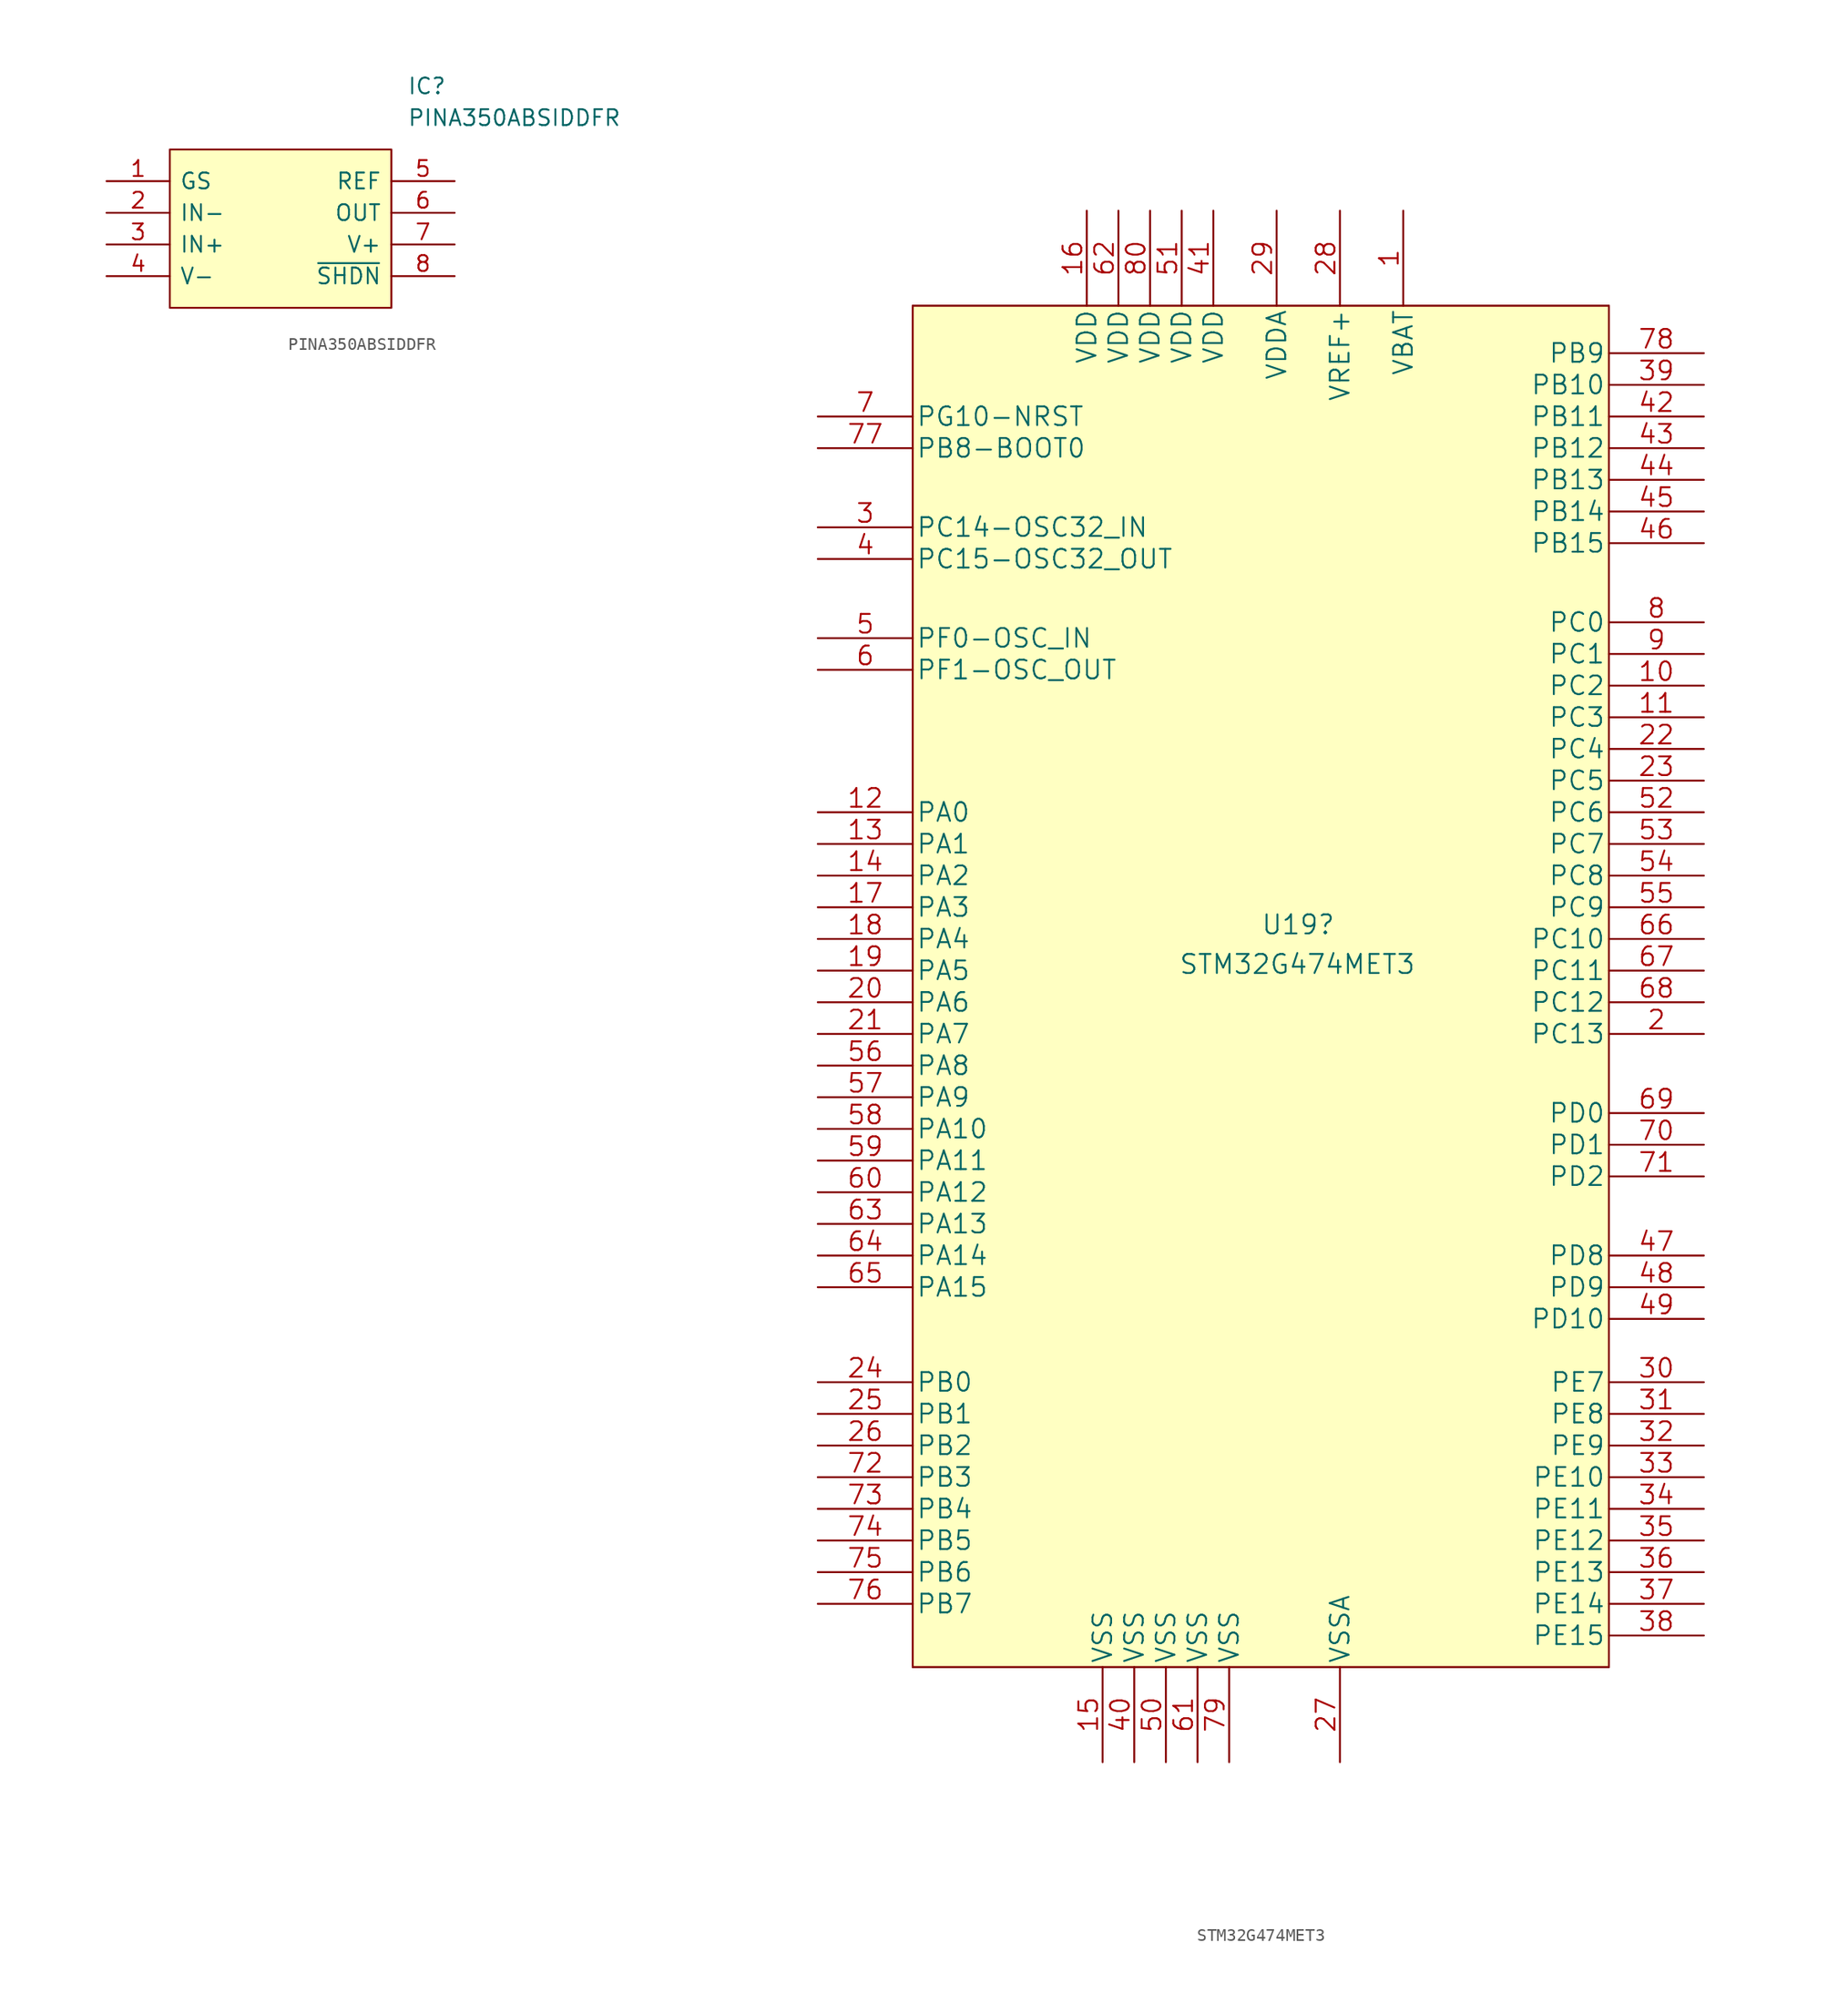
<source format=kicad_sym>
(kicad_symbol_lib
  (version 20211014)
  (generator kicad_symbol_editor)
  (symbol "PINA350ABSIDDFR"
    (pin_names
      (offset 0.762))
    (property "Reference" "IC"
      (at 24.13 7.62 0)
      (effects (font (size 1.27 1.27)) (justify left)))
    (property "Value" "PINA350ABSIDDFR"
      (at 24.13 5.08 0)
      (effects (font (size 1.27 1.27)) (justify left)))
    (symbol "PINA350ABSIDDFR_0_0"
      (pin passive line (at 0 0 0) (length 5.08) (name "GS" (effects (font (size 1.27 1.27)))) (number "1" (effects (font (size 1.27 1.27)))))
      (pin passive line (at 0 -2.54 0) (length 5.08) (name "IN-" (effects (font (size 1.27 1.27)))) (number "2" (effects (font (size 1.27 1.27)))))
      (pin passive line (at 0 -5.08 0) (length 5.08) (name "IN+" (effects (font (size 1.27 1.27)))) (number "3" (effects (font (size 1.27 1.27)))))
      (pin passive line (at 0 -7.62 0) (length 5.08) (name "V-" (effects (font (size 1.27 1.27)))) (number "4" (effects (font (size 1.27 1.27)))))
      (pin passive line (at 27.94 0 180) (length 5.08) (name "REF" (effects (font (size 1.27 1.27)))) (number "5" (effects (font (size 1.27 1.27)))))
      (pin passive line (at 27.94 -2.54 180) (length 5.08) (name "OUT" (effects (font (size 1.27 1.27)))) (number "6" (effects (font (size 1.27 1.27)))))
      (pin passive line (at 27.94 -5.08 180) (length 5.08) (name "V+" (effects (font (size 1.27 1.27)))) (number "7" (effects (font (size 1.27 1.27)))))
      (pin passive line (at 27.94 -7.62 180) (length 5.08) (name "~{SHDN}" (effects (font (size 1.27 1.27)))) (number "8" (effects (font (size 1.27 1.27))))))
    (symbol "PINA350ABSIDDFR_0_1"
      (polyline (pts (xy 5.08 2.54) (xy 22.86 2.54) (xy 22.86 -10.16) (xy 5.08 -10.16) (xy 5.08 2.54)) (stroke (width 0.152) (type default) (color 0 0 0 0)) (fill (type background)))))
  (symbol "STM32G474MET3"
    (pin_names
      (offset 0.254))
    (property "Reference" "U19"
      (at 35.56 -44.577 0)
      (effects (font (size 1.524 1.524)) (justify left)))
    (property "Value" "STM32G474MET3"
      (at 28.956 -47.752 0)
      (effects (font (size 1.524 1.524)) (justify left)))
    (property "ki_locked" ""
      (at 0 0 0)
      (effects (font (size 1.27 1.27))))
    (symbol "STM32G474MET3_0_1"
      (rectangle (start 7.62 5.08) (end 63.5 -104.14) (stroke (width 0) (type default) (color 0 0 0 0)) (fill (type background))))
    (symbol "STM32G474MET3_1_1"
      (polyline (pts (xy 7.62 -104.14) (xy 63.5 -104.14)) (stroke (width 0.127) (type default) (color 0 0 0 0)) (fill (type none)))
      (polyline (pts (xy 7.62 5.08) (xy 7.62 -104.14)) (stroke (width 0.127) (type default) (color 0 0 0 0)) (fill (type none)))
      (polyline (pts (xy 63.5 -104.14) (xy 63.5 5.08)) (stroke (width 0.127) (type default) (color 0 0 0 0)) (fill (type none)))
      (polyline (pts (xy 63.5 5.08) (xy 7.62 5.08)) (stroke (width 0.127) (type default) (color 0 0 0 0)) (fill (type none)))
      (pin power_in line (at 46.99 12.7 270) (length 7.62) (name "VBAT" (effects (font (size 1.499 1.499)))) (number "1" (effects (font (size 1.499 1.499)))))
      (pin bidirectional line (at 71.12 -25.4 180) (length 7.62) (name "PC2" (effects (font (size 1.499 1.499)))) (number "10" (effects (font (size 1.499 1.499)))))
      (pin bidirectional line (at 71.12 -27.94 180) (length 7.62) (name "PC3" (effects (font (size 1.499 1.499)))) (number "11" (effects (font (size 1.499 1.499)))))
      (pin bidirectional line (at 0 -35.56 0) (length 7.62) (name "PA0" (effects (font (size 1.499 1.499)))) (number "12" (effects (font (size 1.499 1.499)))))
      (pin bidirectional line (at 0 -38.1 0) (length 7.62) (name "PA1" (effects (font (size 1.499 1.499)))) (number "13" (effects (font (size 1.499 1.499)))))
      (pin bidirectional line (at 0 -40.64 0) (length 7.62) (name "PA2" (effects (font (size 1.499 1.499)))) (number "14" (effects (font (size 1.499 1.499)))))
      (pin power_in line (at 22.86 -111.76 90) (length 7.62) (name "VSS" (effects (font (size 1.499 1.499)))) (number "15" (effects (font (size 1.499 1.499)))))
      (pin power_in line (at 21.59 12.7 270) (length 7.62) (name "VDD" (effects (font (size 1.499 1.499)))) (number "16" (effects (font (size 1.499 1.499)))))
      (pin bidirectional line (at 0 -43.18 0) (length 7.62) (name "PA3" (effects (font (size 1.499 1.499)))) (number "17" (effects (font (size 1.499 1.499)))))
      (pin bidirectional line (at 0 -45.72 0) (length 7.62) (name "PA4" (effects (font (size 1.499 1.499)))) (number "18" (effects (font (size 1.499 1.499)))))
      (pin bidirectional line (at 0 -48.26 0) (length 7.62) (name "PA5" (effects (font (size 1.499 1.499)))) (number "19" (effects (font (size 1.499 1.499)))))
      (pin bidirectional line (at 71.12 -53.34 180) (length 7.62) (name "PC13" (effects (font (size 1.499 1.499)))) (number "2" (effects (font (size 1.499 1.499)))))
      (pin bidirectional line (at 0 -50.8 0) (length 7.62) (name "PA6" (effects (font (size 1.499 1.499)))) (number "20" (effects (font (size 1.499 1.499)))))
      (pin bidirectional line (at 0 -53.34 0) (length 7.62) (name "PA7" (effects (font (size 1.499 1.499)))) (number "21" (effects (font (size 1.499 1.499)))))
      (pin bidirectional line (at 71.12 -30.48 180) (length 7.62) (name "PC4" (effects (font (size 1.499 1.499)))) (number "22" (effects (font (size 1.499 1.499)))))
      (pin bidirectional line (at 71.12 -33.02 180) (length 7.62) (name "PC5" (effects (font (size 1.499 1.499)))) (number "23" (effects (font (size 1.499 1.499)))))
      (pin bidirectional line (at 0 -81.28 0) (length 7.62) (name "PB0" (effects (font (size 1.499 1.499)))) (number "24" (effects (font (size 1.499 1.499)))))
      (pin bidirectional line (at 0 -83.82 0) (length 7.62) (name "PB1" (effects (font (size 1.499 1.499)))) (number "25" (effects (font (size 1.499 1.499)))))
      (pin bidirectional line (at 0 -86.36 0) (length 7.62) (name "PB2" (effects (font (size 1.499 1.499)))) (number "26" (effects (font (size 1.499 1.499)))))
      (pin power_in line (at 41.91 -111.76 90) (length 7.62) (name "VSSA" (effects (font (size 1.499 1.499)))) (number "27" (effects (font (size 1.499 1.499)))))
      (pin power_in line (at 41.91 12.7 270) (length 7.62) (name "VREF+" (effects (font (size 1.499 1.499)))) (number "28" (effects (font (size 1.499 1.499)))))
      (pin power_in line (at 36.83 12.7 270) (length 7.62) (name "VDDA" (effects (font (size 1.499 1.499)))) (number "29" (effects (font (size 1.499 1.499)))))
      (pin bidirectional line (at 0 -12.7 0) (length 7.62) (name "PC14-OSC32_IN" (effects (font (size 1.499 1.499)))) (number "3" (effects (font (size 1.499 1.499)))))
      (pin bidirectional line (at 71.12 -81.28 180) (length 7.62) (name "PE7" (effects (font (size 1.499 1.499)))) (number "30" (effects (font (size 1.499 1.499)))))
      (pin bidirectional line (at 71.12 -83.82 180) (length 7.62) (name "PE8" (effects (font (size 1.499 1.499)))) (number "31" (effects (font (size 1.499 1.499)))))
      (pin bidirectional line (at 71.12 -86.36 180) (length 7.62) (name "PE9" (effects (font (size 1.499 1.499)))) (number "32" (effects (font (size 1.499 1.499)))))
      (pin bidirectional line (at 71.12 -88.9 180) (length 7.62) (name "PE10" (effects (font (size 1.499 1.499)))) (number "33" (effects (font (size 1.499 1.499)))))
      (pin bidirectional line (at 71.12 -91.44 180) (length 7.62) (name "PE11" (effects (font (size 1.499 1.499)))) (number "34" (effects (font (size 1.499 1.499)))))
      (pin bidirectional line (at 71.12 -93.98 180) (length 7.62) (name "PE12" (effects (font (size 1.499 1.499)))) (number "35" (effects (font (size 1.499 1.499)))))
      (pin bidirectional line (at 71.12 -96.52 180) (length 7.62) (name "PE13" (effects (font (size 1.499 1.499)))) (number "36" (effects (font (size 1.499 1.499)))))
      (pin bidirectional line (at 71.12 -99.06 180) (length 7.62) (name "PE14" (effects (font (size 1.499 1.499)))) (number "37" (effects (font (size 1.499 1.499)))))
      (pin bidirectional line (at 71.12 -101.6 180) (length 7.62) (name "PE15" (effects (font (size 1.499 1.499)))) (number "38" (effects (font (size 1.499 1.499)))))
      (pin bidirectional line (at 71.12 -1.27 180) (length 7.62) (name "PB10" (effects (font (size 1.499 1.499)))) (number "39" (effects (font (size 1.499 1.499)))))
      (pin output line (at 0 -15.24 0) (length 7.62) (name "PC15-OSC32_OUT" (effects (font (size 1.499 1.499)))) (number "4" (effects (font (size 1.499 1.499)))))
      (pin power_in line (at 25.4 -111.76 90) (length 7.62) (name "VSS" (effects (font (size 1.499 1.499)))) (number "40" (effects (font (size 1.499 1.499)))))
      (pin power_in line (at 31.75 12.7 270) (length 7.62) (name "VDD" (effects (font (size 1.499 1.499)))) (number "41" (effects (font (size 1.499 1.499)))))
      (pin bidirectional line (at 71.12 -3.81 180) (length 7.62) (name "PB11" (effects (font (size 1.499 1.499)))) (number "42" (effects (font (size 1.499 1.499)))))
      (pin bidirectional line (at 71.12 -6.35 180) (length 7.62) (name "PB12" (effects (font (size 1.499 1.499)))) (number "43" (effects (font (size 1.499 1.499)))))
      (pin bidirectional line (at 71.12 -8.89 180) (length 7.62) (name "PB13" (effects (font (size 1.499 1.499)))) (number "44" (effects (font (size 1.499 1.499)))))
      (pin bidirectional line (at 71.12 -11.43 180) (length 7.62) (name "PB14" (effects (font (size 1.499 1.499)))) (number "45" (effects (font (size 1.499 1.499)))))
      (pin bidirectional line (at 71.12 -13.97 180) (length 7.62) (name "PB15" (effects (font (size 1.499 1.499)))) (number "46" (effects (font (size 1.499 1.499)))))
      (pin bidirectional line (at 71.12 -71.12 180) (length 7.62) (name "PD8" (effects (font (size 1.499 1.499)))) (number "47" (effects (font (size 1.499 1.499)))))
      (pin bidirectional line (at 71.12 -73.66 180) (length 7.62) (name "PD9" (effects (font (size 1.499 1.499)))) (number "48" (effects (font (size 1.499 1.499)))))
      (pin bidirectional line (at 71.12 -76.2 180) (length 7.62) (name "PD10" (effects (font (size 1.499 1.499)))) (number "49" (effects (font (size 1.499 1.499)))))
      (pin bidirectional line (at 0 -21.59 0) (length 7.62) (name "PF0-OSC_IN" (effects (font (size 1.499 1.499)))) (number "5" (effects (font (size 1.499 1.499)))))
      (pin power_in line (at 27.94 -111.76 90) (length 7.62) (name "VSS" (effects (font (size 1.499 1.499)))) (number "50" (effects (font (size 1.499 1.499)))))
      (pin power_in line (at 29.21 12.7 270) (length 7.62) (name "VDD" (effects (font (size 1.499 1.499)))) (number "51" (effects (font (size 1.499 1.499)))))
      (pin bidirectional line (at 71.12 -35.56 180) (length 7.62) (name "PC6" (effects (font (size 1.499 1.499)))) (number "52" (effects (font (size 1.499 1.499)))))
      (pin bidirectional line (at 71.12 -38.1 180) (length 7.62) (name "PC7" (effects (font (size 1.499 1.499)))) (number "53" (effects (font (size 1.499 1.499)))))
      (pin bidirectional line (at 71.12 -40.64 180) (length 7.62) (name "PC8" (effects (font (size 1.499 1.499)))) (number "54" (effects (font (size 1.499 1.499)))))
      (pin bidirectional line (at 71.12 -43.18 180) (length 7.62) (name "PC9" (effects (font (size 1.499 1.499)))) (number "55" (effects (font (size 1.499 1.499)))))
      (pin bidirectional line (at 0 -55.88 0) (length 7.62) (name "PA8" (effects (font (size 1.499 1.499)))) (number "56" (effects (font (size 1.499 1.499)))))
      (pin bidirectional line (at 0 -58.42 0) (length 7.62) (name "PA9" (effects (font (size 1.499 1.499)))) (number "57" (effects (font (size 1.499 1.499)))))
      (pin bidirectional line (at 0 -60.96 0) (length 7.62) (name "PA10" (effects (font (size 1.499 1.499)))) (number "58" (effects (font (size 1.499 1.499)))))
      (pin bidirectional line (at 0 -63.5 0) (length 7.62) (name "PA11" (effects (font (size 1.499 1.499)))) (number "59" (effects (font (size 1.499 1.499)))))
      (pin output line (at 0 -24.13 0) (length 7.62) (name "PF1-OSC_OUT" (effects (font (size 1.499 1.499)))) (number "6" (effects (font (size 1.499 1.499)))))
      (pin bidirectional line (at 0 -66.04 0) (length 7.62) (name "PA12" (effects (font (size 1.499 1.499)))) (number "60" (effects (font (size 1.499 1.499)))))
      (pin power_in line (at 30.48 -111.76 90) (length 7.62) (name "VSS" (effects (font (size 1.499 1.499)))) (number "61" (effects (font (size 1.499 1.499)))))
      (pin power_in line (at 24.13 12.7 270) (length 7.62) (name "VDD" (effects (font (size 1.499 1.499)))) (number "62" (effects (font (size 1.499 1.499)))))
      (pin bidirectional line (at 0 -68.58 0) (length 7.62) (name "PA13" (effects (font (size 1.499 1.499)))) (number "63" (effects (font (size 1.499 1.499)))))
      (pin bidirectional line (at 0 -71.12 0) (length 7.62) (name "PA14" (effects (font (size 1.499 1.499)))) (number "64" (effects (font (size 1.499 1.499)))))
      (pin bidirectional line (at 0 -73.66 0) (length 7.62) (name "PA15" (effects (font (size 1.499 1.499)))) (number "65" (effects (font (size 1.499 1.499)))))
      (pin bidirectional line (at 71.12 -45.72 180) (length 7.62) (name "PC10" (effects (font (size 1.499 1.499)))) (number "66" (effects (font (size 1.499 1.499)))))
      (pin bidirectional line (at 71.12 -48.26 180) (length 7.62) (name "PC11" (effects (font (size 1.499 1.499)))) (number "67" (effects (font (size 1.499 1.499)))))
      (pin bidirectional line (at 71.12 -50.8 180) (length 7.62) (name "PC12" (effects (font (size 1.499 1.499)))) (number "68" (effects (font (size 1.499 1.499)))))
      (pin bidirectional line (at 71.12 -59.69 180) (length 7.62) (name "PD0" (effects (font (size 1.499 1.499)))) (number "69" (effects (font (size 1.499 1.499)))))
      (pin input line (at 0 -3.81 0) (length 7.62) (name "PG10-NRST" (effects (font (size 1.499 1.499)))) (number "7" (effects (font (size 1.499 1.499)))))
      (pin bidirectional line (at 71.12 -62.23 180) (length 7.62) (name "PD1" (effects (font (size 1.499 1.499)))) (number "70" (effects (font (size 1.499 1.499)))))
      (pin bidirectional line (at 71.12 -64.77 180) (length 7.62) (name "PD2" (effects (font (size 1.499 1.499)))) (number "71" (effects (font (size 1.499 1.499)))))
      (pin bidirectional line (at 0 -88.9 0) (length 7.62) (name "PB3" (effects (font (size 1.499 1.499)))) (number "72" (effects (font (size 1.499 1.499)))))
      (pin bidirectional line (at 0 -91.44 0) (length 7.62) (name "PB4" (effects (font (size 1.499 1.499)))) (number "73" (effects (font (size 1.499 1.499)))))
      (pin bidirectional line (at 0 -93.98 0) (length 7.62) (name "PB5" (effects (font (size 1.499 1.499)))) (number "74" (effects (font (size 1.499 1.499)))))
      (pin bidirectional line (at 0 -96.52 0) (length 7.62) (name "PB6" (effects (font (size 1.499 1.499)))) (number "75" (effects (font (size 1.499 1.499)))))
      (pin bidirectional line (at 0 -99.06 0) (length 7.62) (name "PB7" (effects (font (size 1.499 1.499)))) (number "76" (effects (font (size 1.499 1.499)))))
      (pin input line (at 0 -6.35 0) (length 7.62) (name "PB8-BOOT0" (effects (font (size 1.499 1.499)))) (number "77" (effects (font (size 1.499 1.499)))))
      (pin bidirectional line (at 71.12 1.27 180) (length 7.62) (name "PB9" (effects (font (size 1.499 1.499)))) (number "78" (effects (font (size 1.499 1.499)))))
      (pin power_in line (at 33.02 -111.76 90) (length 7.62) (name "VSS" (effects (font (size 1.499 1.499)))) (number "79" (effects (font (size 1.499 1.499)))))
      (pin bidirectional line (at 71.12 -20.32 180) (length 7.62) (name "PC0" (effects (font (size 1.499 1.499)))) (number "8" (effects (font (size 1.499 1.499)))))
      (pin power_in line (at 26.67 12.7 270) (length 7.62) (name "VDD" (effects (font (size 1.499 1.499)))) (number "80" (effects (font (size 1.499 1.499)))))
      (pin bidirectional line (at 71.12 -22.86 180) (length 7.62) (name "PC1" (effects (font (size 1.499 1.499)))) (number "9" (effects (font (size 1.499 1.499))))))))
</source>
